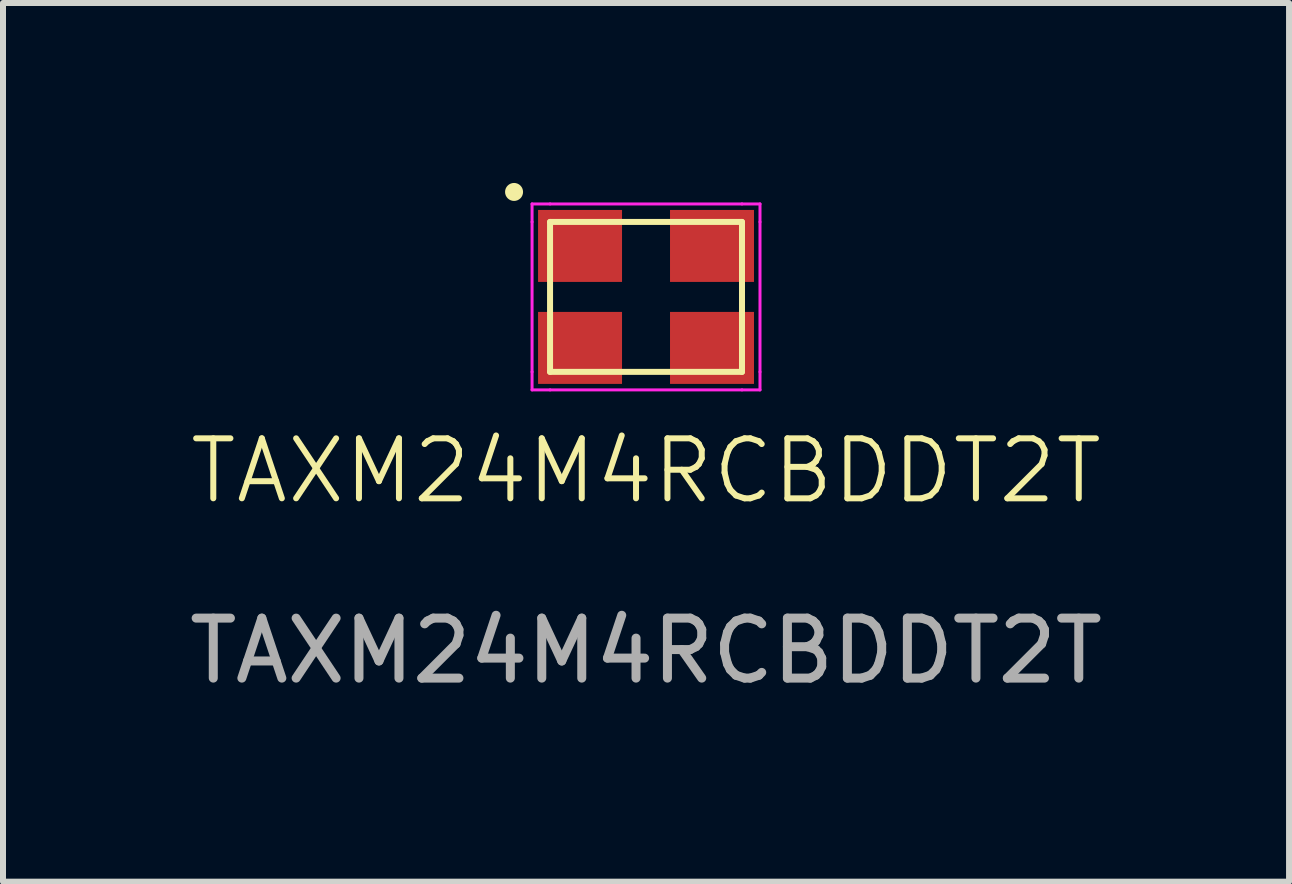
<source format=kicad_pcb>
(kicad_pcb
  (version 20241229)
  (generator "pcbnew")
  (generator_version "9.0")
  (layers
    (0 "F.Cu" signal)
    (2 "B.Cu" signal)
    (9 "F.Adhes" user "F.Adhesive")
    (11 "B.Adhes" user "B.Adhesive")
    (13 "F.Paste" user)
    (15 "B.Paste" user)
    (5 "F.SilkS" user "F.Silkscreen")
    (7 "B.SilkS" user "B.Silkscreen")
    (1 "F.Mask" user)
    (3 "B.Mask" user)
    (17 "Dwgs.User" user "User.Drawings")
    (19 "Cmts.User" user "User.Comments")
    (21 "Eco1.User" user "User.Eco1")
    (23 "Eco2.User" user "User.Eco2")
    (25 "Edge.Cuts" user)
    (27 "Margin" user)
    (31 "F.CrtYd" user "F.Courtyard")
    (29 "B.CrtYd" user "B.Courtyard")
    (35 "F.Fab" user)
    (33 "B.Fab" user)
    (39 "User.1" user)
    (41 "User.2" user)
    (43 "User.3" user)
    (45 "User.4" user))
  (footprint "TAXM24M4RCBDDT2T"
    (layer "F.Cu")
    (at 7.72 5.3)
    (property "Reference" "TAXM24M4RCBDDT2T" (at 0 -0.5 0) (unlocked yes) (layer "F.SilkS") (effects (font (size 1 1) (thickness 0.1))))
    (attr smd)
    (fp_line (start -1.6 -4.65) (end 1.6 -4.65) (stroke (width 0.1) (type default)) (layer "F.SilkS"))
    (fp_line (start -1.6 -2.15) (end -1.6 -4.65) (stroke (width 0.1) (type default)) (layer "F.SilkS"))
    (fp_line (start 1.6 -2.15) (end -1.6 -2.15) (stroke (width 0.1) (type default)) (layer "F.SilkS"))
    (fp_line (start 1.6 -2.15) (end 1.6 -4.65) (stroke (width 0.1) (type default)) (layer "F.SilkS"))
    (fp_circle (center -2.2 -5.15) (end -2.1 -5.15) (stroke (width 0.1) (type solid)) (fill yes) (layer "F.SilkS"))
    (fp_line (start -1.9 -4.95) (end -1.6 -4.95) (stroke (width 0.05) (type default)) (layer "F.CrtYd"))
    (fp_line (start -1.9 -4.65) (end -1.9 -4.95) (stroke (width 0.05) (type default)) (layer "F.CrtYd"))
    (fp_line (start -1.9 -4.65) (end -1.9 -2.15) (stroke (width 0.05) (type default)) (layer "F.CrtYd"))
    (fp_line (start -1.9 -1.85) (end -1.9 -2.15) (stroke (width 0.05) (type default)) (layer "F.CrtYd"))
    (fp_line (start -1.6 -4.95) (end 1.6 -4.95) (stroke (width 0.05) (type default)) (layer "F.CrtYd"))
    (fp_line (start -1.6 -1.85) (end -1.9 -1.85) (stroke (width 0.05) (type default)) (layer "F.CrtYd"))
    (fp_line (start -1.6 -1.85) (end 1.6 -1.85) (stroke (width 0.05) (type default)) (layer "F.CrtYd"))
    (fp_line (start 1.6 -4.95) (end 1.9 -4.95) (stroke (width 0.05) (type default)) (layer "F.CrtYd"))
    (fp_line (start 1.9 -4.95) (end 1.9 -4.65) (stroke (width 0.05) (type default)) (layer "F.CrtYd"))
    (fp_line (start 1.9 -4.65) (end 1.9 -2.15) (stroke (width 0.05) (type default)) (layer "F.CrtYd"))
    (fp_line (start 1.9 -2.15) (end 1.9 -1.85) (stroke (width 0.05) (type default)) (layer "F.CrtYd"))
    (fp_line (start 1.9 -1.85) (end 1.6 -1.85) (stroke (width 0.05) (type default)) (layer "F.CrtYd"))
    (fp_text user "${REFERENCE}" (at 0 2.5 0) (unlocked yes) (layer "F.Fab") (effects (font (size 1 1) (thickness 0.15))))
    (pad "1" smd rect (at -1.1 -4.25) (size 1.4 1.2) (layers "F.Cu" "F.Mask" "F.Paste"))
    (pad "2" smd rect (at 1.1 -4.25) (size 1.4 1.2) (layers "F.Cu" "F.Mask" "F.Paste"))
    (pad "3" smd rect (at 1.1 -2.55) (size 1.4 1.2) (layers "F.Cu" "F.Mask" "F.Paste"))
    (pad "4" smd rect (at -1.1 -2.55) (size 1.4 1.2) (layers "F.Cu" "F.Mask" "F.Paste")))
  (gr_rect
    (start -3 -3)
    (end 18.44 11.648)
    (stroke (width 0.1) (type default))
    (fill no)
    (layer "Edge.Cuts")))
</source>
